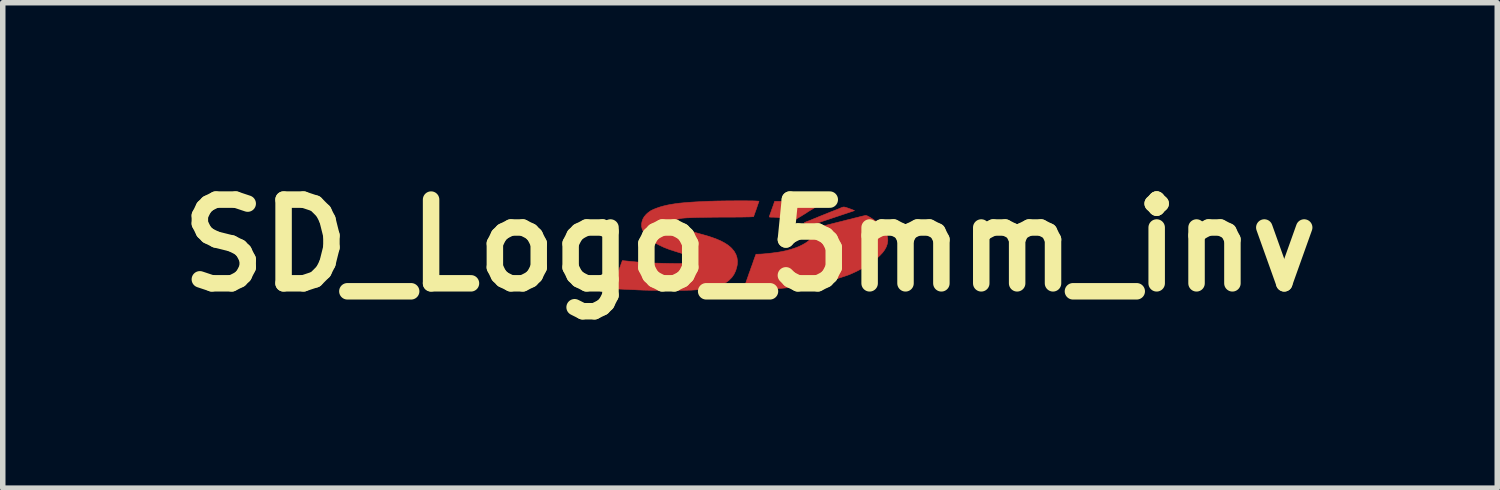
<source format=kicad_pcb>
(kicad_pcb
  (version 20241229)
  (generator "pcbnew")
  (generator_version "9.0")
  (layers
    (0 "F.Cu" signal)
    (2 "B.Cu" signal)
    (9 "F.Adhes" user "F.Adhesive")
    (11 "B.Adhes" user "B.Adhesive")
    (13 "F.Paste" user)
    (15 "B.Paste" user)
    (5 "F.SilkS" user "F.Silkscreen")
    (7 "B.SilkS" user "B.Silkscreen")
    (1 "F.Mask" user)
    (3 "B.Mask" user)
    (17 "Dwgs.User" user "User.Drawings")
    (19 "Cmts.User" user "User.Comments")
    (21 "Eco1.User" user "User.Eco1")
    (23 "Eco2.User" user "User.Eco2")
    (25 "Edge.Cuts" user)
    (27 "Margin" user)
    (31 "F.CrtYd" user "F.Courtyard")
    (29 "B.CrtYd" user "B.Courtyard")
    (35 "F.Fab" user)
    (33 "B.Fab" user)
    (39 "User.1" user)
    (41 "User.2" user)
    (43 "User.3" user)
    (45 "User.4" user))
  (footprint "SD_Logo_5mm_inv"
    (layer "F.Cu")
    (at 10.603 1.418)
    (property "Reference" "SD_Logo_5mm_inv" (at 0 0 0) (layer "F.SilkS") (effects (font (size 1.524 1.524) (thickness 0.3))))
    (attr through_hole)
    (fp_poly (pts (xy 1.723 -0.698) (xy 1.746 -0.692) (xy 1.774 -0.683) (xy 1.805 -0.672) (xy 1.835 -0.661) (xy 1.86 -0.652) (xy 1.871 -0.647) (xy 1.902 -0.634) (xy 1.486 -0.495) (xy 1.417 -0.472) (xy 1.35 -0.45) (xy 1.289 -0.429) (xy 1.233 -0.411) (xy 1.183 -0.394) (xy 1.141 -0.38) (xy 1.108 -0.369) (xy 1.084 -0.362) (xy 1.07 -0.357) (xy 1.067 -0.356) (xy 1.061 -0.36) (xy 1.047 -0.368) (xy 1.028 -0.381) (xy 1.025 -0.383) (xy 1.006 -0.396) (xy 0.993 -0.407) (xy 0.988 -0.413) (xy 0.988 -0.414) (xy 0.995 -0.418) (xy 1.011 -0.425) (xy 1.032 -0.434) (xy 1.037 -0.435) (xy 1.07 -0.448) (xy 1.111 -0.464) (xy 1.156 -0.483) (xy 1.203 -0.502) (xy 1.232 -0.514) (xy 1.248 -0.521) (xy 1.273 -0.531) (xy 1.305 -0.544) (xy 1.343 -0.559) (xy 1.385 -0.576) (xy 1.427 -0.593) (xy 1.469 -0.61) (xy 1.508 -0.625) (xy 1.541 -0.638) (xy 1.567 -0.648) (xy 1.569 -0.649) (xy 1.595 -0.659) (xy 1.619 -0.669) (xy 1.637 -0.677) (xy 1.639 -0.678) (xy 1.667 -0.69) (xy 1.688 -0.697) (xy 1.705 -0.7) (xy 1.723 -0.698)) (stroke (width 0.01) (type solid)) (fill yes) (layer "F.Cu"))
    (fp_poly (pts (xy 0.734 -0.803) (xy 0.848 -0.802) (xy 0.952 -0.8) (xy 1.044 -0.797) (xy 1.126 -0.792) (xy 1.195 -0.787) (xy 1.252 -0.781) (xy 1.286 -0.776) (xy 1.311 -0.772) (xy 1.194 -0.699) (xy 1.16 -0.677) (xy 1.128 -0.658) (xy 1.102 -0.642) (xy 1.083 -0.63) (xy 1.072 -0.624) (xy 1.071 -0.623) (xy 1.062 -0.618) (xy 1.047 -0.608) (xy 1.035 -0.6) (xy 1.015 -0.586) (xy 0.995 -0.574) (xy 0.987 -0.569) (xy 0.968 -0.558) (xy 0.95 -0.546) (xy 0.931 -0.534) (xy 0.913 -0.524) (xy 0.899 -0.515) (xy 0.878 -0.503) (xy 0.856 -0.489) (xy 0.828 -0.472) (xy 0.808 -0.464) (xy 0.795 -0.465) (xy 0.793 -0.467) (xy 0.783 -0.471) (xy 0.762 -0.476) (xy 0.732 -0.482) (xy 0.696 -0.488) (xy 0.654 -0.494) (xy 0.609 -0.499) (xy 0.563 -0.504) (xy 0.517 -0.508) (xy 0.474 -0.512) (xy 0.436 -0.514) (xy 0.407 -0.514) (xy 0.38 -0.515) (xy 0.362 -0.516) (xy 0.353 -0.518) (xy 0.351 -0.521) (xy 0.351 -0.526) (xy 0.354 -0.536) (xy 0.361 -0.555) (xy 0.37 -0.581) (xy 0.381 -0.61) (xy 0.382 -0.613) (xy 0.394 -0.649) (xy 0.408 -0.688) (xy 0.421 -0.723) (xy 0.429 -0.746) (xy 0.448 -0.803) (xy 0.734 -0.803)) (stroke (width 0.01) (type solid)) (fill yes) (layer "F.Cu"))
    (fp_poly (pts (xy 2.119 -0.544) (xy 2.137 -0.537) (xy 2.161 -0.525) (xy 2.192 -0.507) (xy 2.231 -0.482) (xy 2.248 -0.471) (xy 2.315 -0.422) (xy 2.373 -0.371) (xy 2.421 -0.316) (xy 2.459 -0.261) (xy 2.487 -0.204) (xy 2.503 -0.148) (xy 2.508 -0.093) (xy 2.507 -0.08) (xy 2.498 -0.026) (xy 2.48 0.026) (xy 2.452 0.078) (xy 2.414 0.13) (xy 2.364 0.183) (xy 2.304 0.239) (xy 2.293 0.248) (xy 2.275 0.263) (xy 2.26 0.276) (xy 2.252 0.283) (xy 2.252 0.283) (xy 2.242 0.29) (xy 2.225 0.303) (xy 2.202 0.319) (xy 2.178 0.335) (xy 2.154 0.351) (xy 2.134 0.364) (xy 2.131 0.367) (xy 2.088 0.392) (xy 2.038 0.42) (xy 1.984 0.448) (xy 1.931 0.475) (xy 1.902 0.488) (xy 1.872 0.502) (xy 1.847 0.513) (xy 1.825 0.523) (xy 1.805 0.531) (xy 1.784 0.539) (xy 1.761 0.547) (xy 1.732 0.557) (xy 1.695 0.569) (xy 1.65 0.584) (xy 1.642 0.586) (xy 1.593 0.602) (xy 1.552 0.615) (xy 1.515 0.626) (xy 1.48 0.636) (xy 1.444 0.645) (xy 1.406 0.655) (xy 1.362 0.665) (xy 1.31 0.676) (xy 1.267 0.685) (xy 1.173 0.704) (xy 1.067 0.722) (xy 0.954 0.739) (xy 0.834 0.754) (xy 0.711 0.767) (xy 0.585 0.779) (xy 0.46 0.788) (xy 0.346 0.794) (xy 0.294 0.797) (xy 0.234 0.799) (xy 0.173 0.802) (xy 0.115 0.805) (xy 0.079 0.807) (xy 0.022 0.809) (xy -0.024 0.811) (xy -0.06 0.812) (xy -0.086 0.813) (xy -0.104 0.812) (xy -0.115 0.811) (xy -0.12 0.81) (xy -0.121 0.808) (xy -0.119 0.801) (xy -0.113 0.784) (xy -0.105 0.76) (xy -0.095 0.731) (xy -0.095 0.73) (xy -0.082 0.695) (xy -0.069 0.658) (xy -0.057 0.623) (xy -0.05 0.603) (xy -0.039 0.572) (xy -0.027 0.538) (xy -0.017 0.508) (xy -0.016 0.505) (xy -0.006 0.479) (xy 0.003 0.454) (xy 0.009 0.435) (xy 0.018 0.411) (xy 0.026 0.387) (xy 0.027 0.384) (xy 0.034 0.368) (xy 0.043 0.343) (xy 0.053 0.313) (xy 0.06 0.292) (xy 0.071 0.261) (xy 0.082 0.23) (xy 0.092 0.204) (xy 0.096 0.192) (xy 0.109 0.159) (xy 0.148 0.159) (xy 0.186 0.158) (xy 0.233 0.155) (xy 0.288 0.15) (xy 0.347 0.144) (xy 0.408 0.137) (xy 0.468 0.129) (xy 0.525 0.121) (xy 0.576 0.112) (xy 0.6 0.107) (xy 0.639 0.099) (xy 0.674 0.091) (xy 0.709 0.081) (xy 0.748 0.07) (xy 0.788 0.057) (xy 0.824 0.045) (xy 0.852 0.035) (xy 0.874 0.026) (xy 0.896 0.017) (xy 0.92 0.005) (xy 0.95 -0.01) (xy 0.951 -0.01) (xy 1.01 -0.044) (xy 1.06 -0.079) (xy 1.098 -0.116) (xy 1.126 -0.152) (xy 1.142 -0.189) (xy 1.146 -0.225) (xy 1.14 -0.255) (xy 1.131 -0.279) (xy 1.126 -0.294) (xy 1.125 -0.302) (xy 1.127 -0.305) (xy 1.128 -0.305) (xy 1.138 -0.307) (xy 1.16 -0.312) (xy 1.193 -0.319) (xy 1.237 -0.33) (xy 1.291 -0.344) (xy 1.356 -0.36) (xy 1.429 -0.379) (xy 1.439 -0.381) (xy 1.485 -0.393) (xy 1.529 -0.404) (xy 1.568 -0.414) (xy 1.6 -0.422) (xy 1.624 -0.428) (xy 1.638 -0.431) (xy 1.639 -0.432) (xy 1.654 -0.435) (xy 1.678 -0.441) (xy 1.707 -0.449) (xy 1.728 -0.454) (xy 1.758 -0.462) (xy 1.787 -0.469) (xy 1.81 -0.475) (xy 1.82 -0.477) (xy 1.843 -0.482) (xy 1.865 -0.489) (xy 1.867 -0.489) (xy 1.889 -0.495) (xy 1.913 -0.501) (xy 1.915 -0.501) (xy 1.931 -0.505) (xy 1.956 -0.511) (xy 1.987 -0.519) (xy 2.016 -0.527) (xy 2.047 -0.534) (xy 2.074 -0.54) (xy 2.095 -0.545) (xy 2.106 -0.546) (xy 2.119 -0.544)) (stroke (width 0.01) (type solid)) (fill yes) (layer "F.Cu"))
    (fp_poly (pts (xy -0.096 -0.813) (xy -0.038 -0.812) (xy 0.014 -0.812) (xy 0.057 -0.811) (xy 0.091 -0.81) (xy 0.112 -0.809) (xy 0.163 -0.805) (xy 0.145 -0.753) (xy 0.136 -0.728) (xy 0.125 -0.694) (xy 0.112 -0.657) (xy 0.099 -0.619) (xy 0.096 -0.613) (xy 0.065 -0.524) (xy -0.007 -0.52) (xy -0.027 -0.519) (xy -0.058 -0.519) (xy -0.099 -0.518) (xy -0.148 -0.517) (xy -0.205 -0.517) (xy -0.267 -0.516) (xy -0.333 -0.516) (xy -0.403 -0.515) (xy -0.454 -0.515) (xy -0.564 -0.515) (xy -0.668 -0.514) (xy -0.766 -0.513) (xy -0.858 -0.511) (xy -0.942 -0.51) (xy -1.018 -0.508) (xy -1.085 -0.505) (xy -1.142 -0.503) (xy -1.189 -0.5) (xy -1.224 -0.497) (xy -1.242 -0.495) (xy -1.29 -0.486) (xy -1.33 -0.474) (xy -1.362 -0.461) (xy -1.384 -0.447) (xy -1.394 -0.434) (xy -1.397 -0.41) (xy -1.39 -0.389) (xy -1.383 -0.381) (xy -1.363 -0.366) (xy -1.336 -0.35) (xy -1.307 -0.335) (xy -1.286 -0.326) (xy -1.237 -0.309) (xy -1.18 -0.29) (xy -1.12 -0.271) (xy -1.063 -0.254) (xy -1.012 -0.239) (xy -1.01 -0.238) (xy -0.973 -0.229) (xy -0.937 -0.218) (xy -0.903 -0.209) (xy -0.878 -0.202) (xy -0.877 -0.202) (xy -0.772 -0.172) (xy -0.68 -0.142) (xy -0.598 -0.111) (xy -0.527 -0.08) (xy -0.464 -0.046) (xy -0.41 -0.012) (xy -0.363 0.025) (xy -0.333 0.053) (xy -0.289 0.106) (xy -0.257 0.163) (xy -0.237 0.223) (xy -0.229 0.286) (xy -0.233 0.354) (xy -0.239 0.383) (xy -0.26 0.458) (xy -0.291 0.524) (xy -0.331 0.582) (xy -0.382 0.633) (xy -0.411 0.657) (xy -0.456 0.686) (xy -0.504 0.713) (xy -0.558 0.735) (xy -0.619 0.755) (xy -0.686 0.771) (xy -0.762 0.785) (xy -0.847 0.796) (xy -0.942 0.805) (xy -1.049 0.812) (xy -1.061 0.813) (xy -1.088 0.814) (xy -1.127 0.815) (xy -1.175 0.816) (xy -1.231 0.817) (xy -1.293 0.817) (xy -1.359 0.818) (xy -1.429 0.818) (xy -1.499 0.818) (xy -1.57 0.818) (xy -1.638 0.818) (xy -1.703 0.817) (xy -1.763 0.817) (xy -1.816 0.816) (xy -1.86 0.815) (xy -1.874 0.815) (xy -1.906 0.814) (xy -1.947 0.813) (xy -1.993 0.811) (xy -2.044 0.809) (xy -2.099 0.806) (xy -2.155 0.804) (xy -2.212 0.801) (xy -2.267 0.799) (xy -2.32 0.796) (xy -2.37 0.794) (xy -2.413 0.791) (xy -2.45 0.789) (xy -2.479 0.788) (xy -2.499 0.786) (xy -2.507 0.785) (xy -2.507 0.785) (xy -2.506 0.779) (xy -2.501 0.764) (xy -2.497 0.752) (xy -2.489 0.733) (xy -2.479 0.706) (xy -2.468 0.675) (xy -2.461 0.654) (xy -2.45 0.623) (xy -2.439 0.592) (xy -2.43 0.566) (xy -2.425 0.554) (xy -2.416 0.528) (xy -2.405 0.499) (xy -2.4 0.484) (xy -2.391 0.46) (xy -2.383 0.437) (xy -2.378 0.426) (xy -2.373 0.41) (xy -2.364 0.387) (xy -2.354 0.358) (xy -2.347 0.339) (xy -2.324 0.276) (xy -2.25 0.283) (xy -2.143 0.294) (xy -2.041 0.303) (xy -1.941 0.31) (xy -1.84 0.316) (xy -1.735 0.321) (xy -1.624 0.324) (xy -1.504 0.327) (xy -1.447 0.328) (xy -1.367 0.329) (xy -1.299 0.329) (xy -1.242 0.329) (xy -1.195 0.327) (xy -1.157 0.325) (xy -1.126 0.321) (xy -1.103 0.315) (xy -1.085 0.309) (xy -1.073 0.3) (xy -1.065 0.29) (xy -1.06 0.282) (xy -1.057 0.263) (xy -1.06 0.246) (xy -1.072 0.229) (xy -1.092 0.212) (xy -1.121 0.194) (xy -1.16 0.176) (xy -1.21 0.157) (xy -1.27 0.136) (xy -1.343 0.113) (xy -1.353 0.11) (xy -1.465 0.074) (xy -1.566 0.035) (xy -1.657 -0.008) (xy -1.738 -0.053) (xy -1.807 -0.1) (xy -1.865 -0.15) (xy -1.911 -0.202) (xy -1.945 -0.255) (xy -1.965 -0.307) (xy -1.974 -0.348) (xy -1.974 -0.389) (xy -1.968 -0.427) (xy -1.952 -0.478) (xy -1.926 -0.524) (xy -1.889 -0.567) (xy -1.859 -0.594) (xy -1.833 -0.613) (xy -1.813 -0.628) (xy -1.791 -0.64) (xy -1.766 -0.652) (xy -1.746 -0.661) (xy -1.694 -0.681) (xy -1.639 -0.7) (xy -1.58 -0.717) (xy -1.517 -0.732) (xy -1.447 -0.746) (xy -1.371 -0.758) (xy -1.288 -0.769) (xy -1.196 -0.778) (xy -1.096 -0.786) (xy -0.986 -0.793) (xy -0.865 -0.799) (xy -0.732 -0.805) (xy -0.68 -0.806) (xy -0.628 -0.808) (xy -0.569 -0.809) (xy -0.506 -0.81) (xy -0.438 -0.811) (xy -0.368 -0.812) (xy -0.298 -0.812) (xy -0.228 -0.813) (xy -0.16 -0.813) (xy -0.096 -0.813)) (stroke (width 0.01) (type solid)) (fill yes) (layer "F.Cu"))
    (fp_poly (pts (xy 1.723 -0.699) (xy 1.745 -0.693) (xy 1.774 -0.683) (xy 1.805 -0.673) (xy 1.835 -0.662) (xy 1.86 -0.652) (xy 1.87 -0.648) (xy 1.902 -0.634) (xy 1.486 -0.495) (xy 1.416 -0.472) (xy 1.35 -0.45) (xy 1.288 -0.43) (xy 1.232 -0.411) (xy 1.183 -0.395) (xy 1.141 -0.381) (xy 1.107 -0.37) (xy 1.083 -0.362) (xy 1.069 -0.357) (xy 1.067 -0.357) (xy 1.06 -0.36) (xy 1.046 -0.369) (xy 1.027 -0.381) (xy 1.024 -0.383) (xy 1.006 -0.396) (xy 0.993 -0.407) (xy 0.988 -0.413) (xy 0.988 -0.414) (xy 0.995 -0.418) (xy 1.01 -0.425) (xy 1.032 -0.434) (xy 1.036 -0.436) (xy 1.069 -0.448) (xy 1.11 -0.464) (xy 1.156 -0.483) (xy 1.202 -0.502) (xy 1.232 -0.515) (xy 1.247 -0.521) (xy 1.272 -0.531) (xy 1.305 -0.544) (xy 1.343 -0.56) (xy 1.384 -0.576) (xy 1.427 -0.593) (xy 1.469 -0.61) (xy 1.507 -0.625) (xy 1.54 -0.638) (xy 1.566 -0.649) (xy 1.568 -0.649) (xy 1.594 -0.66) (xy 1.619 -0.67) (xy 1.637 -0.677) (xy 1.638 -0.678) (xy 1.666 -0.69) (xy 1.687 -0.697) (xy 1.705 -0.7) (xy 1.723 -0.699)) (stroke (width 0.01) (type solid)) (fill yes) (layer "F.Mask"))
    (fp_poly (pts (xy 0.734 -0.803) (xy 0.848 -0.802) (xy 0.952 -0.8) (xy 1.044 -0.797) (xy 1.126 -0.792) (xy 1.195 -0.787) (xy 1.252 -0.781) (xy 1.286 -0.776) (xy 1.311 -0.772) (xy 1.194 -0.699) (xy 1.16 -0.677) (xy 1.128 -0.658) (xy 1.102 -0.642) (xy 1.083 -0.63) (xy 1.072 -0.624) (xy 1.071 -0.623) (xy 1.062 -0.618) (xy 1.047 -0.608) (xy 1.035 -0.6) (xy 1.015 -0.586) (xy 0.995 -0.574) (xy 0.987 -0.569) (xy 0.968 -0.558) (xy 0.95 -0.546) (xy 0.931 -0.534) (xy 0.913 -0.524) (xy 0.899 -0.515) (xy 0.878 -0.503) (xy 0.856 -0.489) (xy 0.828 -0.472) (xy 0.808 -0.464) (xy 0.795 -0.465) (xy 0.793 -0.467) (xy 0.783 -0.471) (xy 0.762 -0.476) (xy 0.732 -0.482) (xy 0.696 -0.488) (xy 0.654 -0.494) (xy 0.609 -0.499) (xy 0.563 -0.504) (xy 0.517 -0.508) (xy 0.474 -0.512) (xy 0.436 -0.514) (xy 0.407 -0.514) (xy 0.38 -0.515) (xy 0.362 -0.516) (xy 0.353 -0.518) (xy 0.351 -0.521) (xy 0.351 -0.526) (xy 0.354 -0.536) (xy 0.361 -0.555) (xy 0.37 -0.581) (xy 0.381 -0.61) (xy 0.382 -0.613) (xy 0.394 -0.649) (xy 0.408 -0.688) (xy 0.421 -0.723) (xy 0.429 -0.746) (xy 0.448 -0.803) (xy 0.734 -0.803)) (stroke (width 0.01) (type solid)) (fill yes) (layer "F.Mask"))
    (fp_poly (pts (xy 2.119 -0.544) (xy 2.137 -0.537) (xy 2.161 -0.525) (xy 2.192 -0.507) (xy 2.231 -0.482) (xy 2.248 -0.471) (xy 2.315 -0.422) (xy 2.373 -0.371) (xy 2.421 -0.316) (xy 2.459 -0.261) (xy 2.487 -0.204) (xy 2.503 -0.148) (xy 2.508 -0.093) (xy 2.507 -0.08) (xy 2.498 -0.026) (xy 2.48 0.026) (xy 2.452 0.078) (xy 2.414 0.13) (xy 2.364 0.183) (xy 2.304 0.239) (xy 2.293 0.248) (xy 2.275 0.263) (xy 2.26 0.276) (xy 2.252 0.283) (xy 2.252 0.283) (xy 2.242 0.29) (xy 2.225 0.303) (xy 2.202 0.319) (xy 2.178 0.335) (xy 2.154 0.351) (xy 2.134 0.364) (xy 2.131 0.367) (xy 2.088 0.392) (xy 2.038 0.42) (xy 1.984 0.448) (xy 1.931 0.475) (xy 1.902 0.488) (xy 1.872 0.502) (xy 1.847 0.513) (xy 1.825 0.523) (xy 1.805 0.531) (xy 1.784 0.539) (xy 1.761 0.547) (xy 1.732 0.557) (xy 1.695 0.569) (xy 1.65 0.584) (xy 1.642 0.586) (xy 1.593 0.602) (xy 1.552 0.615) (xy 1.515 0.626) (xy 1.48 0.636) (xy 1.444 0.645) (xy 1.406 0.655) (xy 1.362 0.665) (xy 1.31 0.676) (xy 1.267 0.685) (xy 1.173 0.704) (xy 1.067 0.722) (xy 0.954 0.739) (xy 0.834 0.754) (xy 0.711 0.767) (xy 0.585 0.779) (xy 0.46 0.788) (xy 0.346 0.794) (xy 0.294 0.797) (xy 0.234 0.799) (xy 0.173 0.802) (xy 0.115 0.805) (xy 0.079 0.807) (xy 0.022 0.809) (xy -0.024 0.811) (xy -0.06 0.812) (xy -0.086 0.813) (xy -0.104 0.812) (xy -0.115 0.811) (xy -0.12 0.81) (xy -0.121 0.808) (xy -0.119 0.801) (xy -0.113 0.784) (xy -0.105 0.76) (xy -0.095 0.731) (xy -0.095 0.73) (xy -0.082 0.695) (xy -0.069 0.658) (xy -0.057 0.623) (xy -0.05 0.603) (xy -0.039 0.572) (xy -0.027 0.538) (xy -0.017 0.508) (xy -0.016 0.505) (xy -0.006 0.479) (xy 0.003 0.454) (xy 0.009 0.435) (xy 0.018 0.411) (xy 0.026 0.387) (xy 0.027 0.384) (xy 0.034 0.368) (xy 0.043 0.343) (xy 0.053 0.313) (xy 0.06 0.292) (xy 0.071 0.261) (xy 0.082 0.23) (xy 0.092 0.204) (xy 0.096 0.192) (xy 0.109 0.159) (xy 0.148 0.159) (xy 0.186 0.158) (xy 0.233 0.155) (xy 0.288 0.15) (xy 0.347 0.144) (xy 0.408 0.137) (xy 0.468 0.129) (xy 0.525 0.121) (xy 0.576 0.112) (xy 0.6 0.107) (xy 0.639 0.099) (xy 0.674 0.091) (xy 0.709 0.081) (xy 0.748 0.07) (xy 0.788 0.057) (xy 0.824 0.045) (xy 0.852 0.035) (xy 0.874 0.026) (xy 0.896 0.017) (xy 0.92 0.005) (xy 0.95 -0.01) (xy 0.951 -0.01) (xy 1.01 -0.044) (xy 1.06 -0.079) (xy 1.098 -0.116) (xy 1.126 -0.152) (xy 1.142 -0.189) (xy 1.146 -0.225) (xy 1.14 -0.255) (xy 1.131 -0.279) (xy 1.126 -0.294) (xy 1.125 -0.302) (xy 1.127 -0.305) (xy 1.128 -0.305) (xy 1.138 -0.307) (xy 1.16 -0.312) (xy 1.193 -0.319) (xy 1.237 -0.33) (xy 1.291 -0.344) (xy 1.356 -0.36) (xy 1.429 -0.379) (xy 1.439 -0.381) (xy 1.485 -0.393) (xy 1.529 -0.404) (xy 1.568 -0.414) (xy 1.6 -0.422) (xy 1.624 -0.428) (xy 1.638 -0.431) (xy 1.639 -0.432) (xy 1.654 -0.435) (xy 1.678 -0.441) (xy 1.707 -0.449) (xy 1.728 -0.454) (xy 1.758 -0.462) (xy 1.787 -0.469) (xy 1.81 -0.475) (xy 1.82 -0.477) (xy 1.843 -0.482) (xy 1.865 -0.489) (xy 1.867 -0.489) (xy 1.889 -0.495) (xy 1.913 -0.501) (xy 1.915 -0.501) (xy 1.931 -0.505) (xy 1.956 -0.511) (xy 1.987 -0.519) (xy 2.016 -0.527) (xy 2.047 -0.534) (xy 2.074 -0.54) (xy 2.095 -0.545) (xy 2.106 -0.546) (xy 2.119 -0.544)) (stroke (width 0.01) (type solid)) (fill yes) (layer "F.Mask"))
    (fp_poly (pts (xy -0.096 -0.813) (xy -0.038 -0.812) (xy 0.014 -0.812) (xy 0.057 -0.811) (xy 0.091 -0.81) (xy 0.112 -0.809) (xy 0.163 -0.805) (xy 0.145 -0.753) (xy 0.136 -0.728) (xy 0.125 -0.694) (xy 0.112 -0.657) (xy 0.099 -0.619) (xy 0.096 -0.613) (xy 0.065 -0.524) (xy -0.007 -0.52) (xy -0.027 -0.519) (xy -0.058 -0.519) (xy -0.099 -0.518) (xy -0.148 -0.517) (xy -0.205 -0.517) (xy -0.267 -0.516) (xy -0.333 -0.516) (xy -0.403 -0.515) (xy -0.454 -0.515) (xy -0.564 -0.515) (xy -0.668 -0.514) (xy -0.766 -0.513) (xy -0.858 -0.511) (xy -0.942 -0.51) (xy -1.018 -0.508) (xy -1.085 -0.505) (xy -1.142 -0.503) (xy -1.189 -0.5) (xy -1.224 -0.497) (xy -1.242 -0.495) (xy -1.29 -0.486) (xy -1.33 -0.474) (xy -1.362 -0.461) (xy -1.384 -0.447) (xy -1.394 -0.434) (xy -1.397 -0.41) (xy -1.39 -0.389) (xy -1.383 -0.381) (xy -1.363 -0.366) (xy -1.336 -0.35) (xy -1.307 -0.335) (xy -1.286 -0.326) (xy -1.237 -0.309) (xy -1.18 -0.29) (xy -1.12 -0.271) (xy -1.063 -0.254) (xy -1.012 -0.239) (xy -1.01 -0.238) (xy -0.973 -0.229) (xy -0.937 -0.218) (xy -0.903 -0.209) (xy -0.878 -0.202) (xy -0.877 -0.202) (xy -0.772 -0.172) (xy -0.68 -0.142) (xy -0.598 -0.111) (xy -0.527 -0.08) (xy -0.464 -0.046) (xy -0.41 -0.012) (xy -0.363 0.025) (xy -0.333 0.053) (xy -0.289 0.106) (xy -0.257 0.163) (xy -0.237 0.223) (xy -0.229 0.286) (xy -0.233 0.354) (xy -0.239 0.383) (xy -0.26 0.458) (xy -0.291 0.524) (xy -0.331 0.582) (xy -0.382 0.633) (xy -0.411 0.657) (xy -0.456 0.686) (xy -0.504 0.713) (xy -0.558 0.735) (xy -0.619 0.755) (xy -0.686 0.771) (xy -0.762 0.785) (xy -0.847 0.796) (xy -0.942 0.805) (xy -1.049 0.812) (xy -1.061 0.813) (xy -1.088 0.814) (xy -1.127 0.815) (xy -1.175 0.816) (xy -1.231 0.817) (xy -1.293 0.817) (xy -1.359 0.818) (xy -1.429 0.818) (xy -1.499 0.818) (xy -1.57 0.818) (xy -1.638 0.818) (xy -1.703 0.817) (xy -1.763 0.817) (xy -1.816 0.816) (xy -1.86 0.815) (xy -1.874 0.815) (xy -1.906 0.814) (xy -1.947 0.813) (xy -1.993 0.811) (xy -2.044 0.809) (xy -2.099 0.806) (xy -2.155 0.804) (xy -2.212 0.801) (xy -2.267 0.799) (xy -2.32 0.796) (xy -2.37 0.794) (xy -2.413 0.791) (xy -2.45 0.789) (xy -2.479 0.788) (xy -2.499 0.786) (xy -2.507 0.785) (xy -2.507 0.785) (xy -2.506 0.779) (xy -2.501 0.764) (xy -2.497 0.752) (xy -2.489 0.733) (xy -2.479 0.706) (xy -2.468 0.675) (xy -2.461 0.654) (xy -2.45 0.623) (xy -2.439 0.592) (xy -2.43 0.566) (xy -2.425 0.554) (xy -2.416 0.528) (xy -2.405 0.499) (xy -2.4 0.484) (xy -2.391 0.46) (xy -2.383 0.437) (xy -2.378 0.426) (xy -2.373 0.41) (xy -2.364 0.387) (xy -2.354 0.358) (xy -2.347 0.339) (xy -2.324 0.276) (xy -2.25 0.283) (xy -2.143 0.294) (xy -2.041 0.303) (xy -1.941 0.31) (xy -1.84 0.316) (xy -1.735 0.321) (xy -1.624 0.324) (xy -1.504 0.327) (xy -1.447 0.328) (xy -1.367 0.329) (xy -1.299 0.329) (xy -1.242 0.329) (xy -1.195 0.327) (xy -1.157 0.325) (xy -1.126 0.321) (xy -1.103 0.315) (xy -1.085 0.309) (xy -1.073 0.3) (xy -1.065 0.29) (xy -1.06 0.282) (xy -1.057 0.263) (xy -1.06 0.246) (xy -1.072 0.229) (xy -1.092 0.212) (xy -1.121 0.194) (xy -1.16 0.176) (xy -1.21 0.157) (xy -1.27 0.136) (xy -1.343 0.113) (xy -1.353 0.11) (xy -1.465 0.074) (xy -1.566 0.035) (xy -1.657 -0.008) (xy -1.738 -0.053) (xy -1.807 -0.1) (xy -1.865 -0.15) (xy -1.911 -0.202) (xy -1.945 -0.255) (xy -1.965 -0.307) (xy -1.974 -0.348) (xy -1.974 -0.389) (xy -1.968 -0.427) (xy -1.952 -0.478) (xy -1.926 -0.524) (xy -1.889 -0.567) (xy -1.859 -0.594) (xy -1.833 -0.613) (xy -1.813 -0.628) (xy -1.791 -0.64) (xy -1.766 -0.652) (xy -1.746 -0.661) (xy -1.694 -0.681) (xy -1.639 -0.7) (xy -1.58 -0.717) (xy -1.517 -0.732) (xy -1.447 -0.746) (xy -1.371 -0.758) (xy -1.288 -0.769) (xy -1.196 -0.778) (xy -1.096 -0.786) (xy -0.986 -0.793) (xy -0.865 -0.799) (xy -0.732 -0.805) (xy -0.68 -0.806) (xy -0.628 -0.808) (xy -0.569 -0.809) (xy -0.506 -0.81) (xy -0.438 -0.811) (xy -0.368 -0.812) (xy -0.298 -0.812) (xy -0.228 -0.813) (xy -0.16 -0.813) (xy -0.096 -0.813)) (stroke (width 0.01) (type solid)) (fill yes) (layer "F.Mask")))
  (gr_rect
    (start -3 -3)
    (end 24.205 5.836)
    (stroke (width 0.1) (type default))
    (fill no)
    (layer "Edge.Cuts")))
</source>
